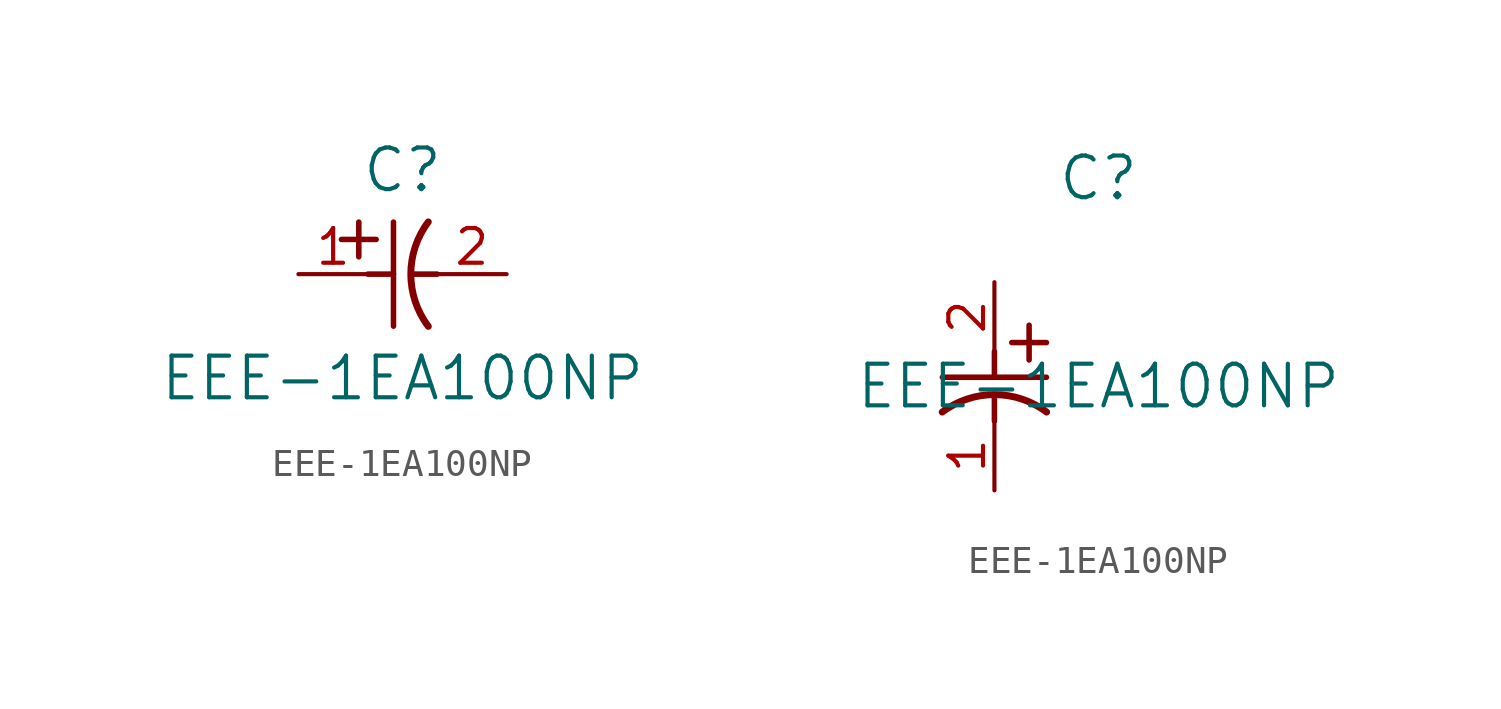
<source format=kicad_sym>
(kicad_symbol_lib
  (version 20220914)
  (generator kicad_symbol_editor)
  (symbol "EEE-1EA100NP"
    (pin_names
      (offset 0.254))
    (property "Reference" "C"
      (at 3.81 3.81 0)
      (effects (font (size 1.524 1.524))))
    (property "Value" "EEE-1EA100NP"
      (at 3.81 -3.81 0)
      (effects (font (size 1.524 1.524))))
    (symbol "EEE-1EA100NP_1_1"
      (polyline (pts (xy 1.575 1.27) (xy 2.845 1.27)) (stroke (width 0.203) (type default)) (fill (type none)))
      (polyline (pts (xy 2.21 0.635) (xy 2.21 1.905)) (stroke (width 0.203) (type default)) (fill (type none)))
      (polyline (pts (xy 2.54 0) (xy 3.48 0)) (stroke (width 0.203) (type default)) (fill (type none)))
      (polyline (pts (xy 3.48 -1.905) (xy 3.48 1.905)) (stroke (width 0.203) (type default)) (fill (type none)))
      (polyline (pts (xy 4.115 0) (xy 5.08 0)) (stroke (width 0.203) (type default)) (fill (type none)))
      (arc (start 4.7541 1.9108) (mid 4.1148 0) (end 4.7541 -1.9108) (stroke (width 0.254) (type default)) (fill (type none)))
      (pin unspecified line (at 0 0 0) (length 2.54) (name "" (effects (font (size 1.27 1.27)))) (number "1" (effects (font (size 1.27 1.27)))))
      (pin unspecified line (at 7.62 0 180) (length 2.54) (name "" (effects (font (size 1.27 1.27)))) (number "2" (effects (font (size 1.27 1.27))))))
    (symbol "EEE-1EA100NP_1_2"
      (polyline (pts (xy -1.905 -3.48) (xy 1.905 -3.48)) (stroke (width 0.203) (type default)) (fill (type none)))
      (polyline (pts (xy 0 -4.115) (xy 0 -5.08)) (stroke (width 0.203) (type default)) (fill (type none)))
      (polyline (pts (xy 0 -2.54) (xy 0 -3.48)) (stroke (width 0.203) (type default)) (fill (type none)))
      (polyline (pts (xy 0.635 -2.21) (xy 1.905 -2.21)) (stroke (width 0.203) (type default)) (fill (type none)))
      (polyline (pts (xy 1.27 -1.575) (xy 1.27 -2.845)) (stroke (width 0.203) (type default)) (fill (type none)))
      (arc (start 1.9108 -4.7541) (mid 0 -4.1148) (end -1.9108 -4.7541) (stroke (width 0.254) (type default)) (fill (type none)))
      (pin unspecified line (at 0 -7.62 90) (length 2.54) (name "" (effects (font (size 1.27 1.27)))) (number "1" (effects (font (size 1.27 1.27)))))
      (pin unspecified line (at 0 0 270) (length 2.54) (name "" (effects (font (size 1.27 1.27)))) (number "2" (effects (font (size 1.27 1.27))))))))
</source>
